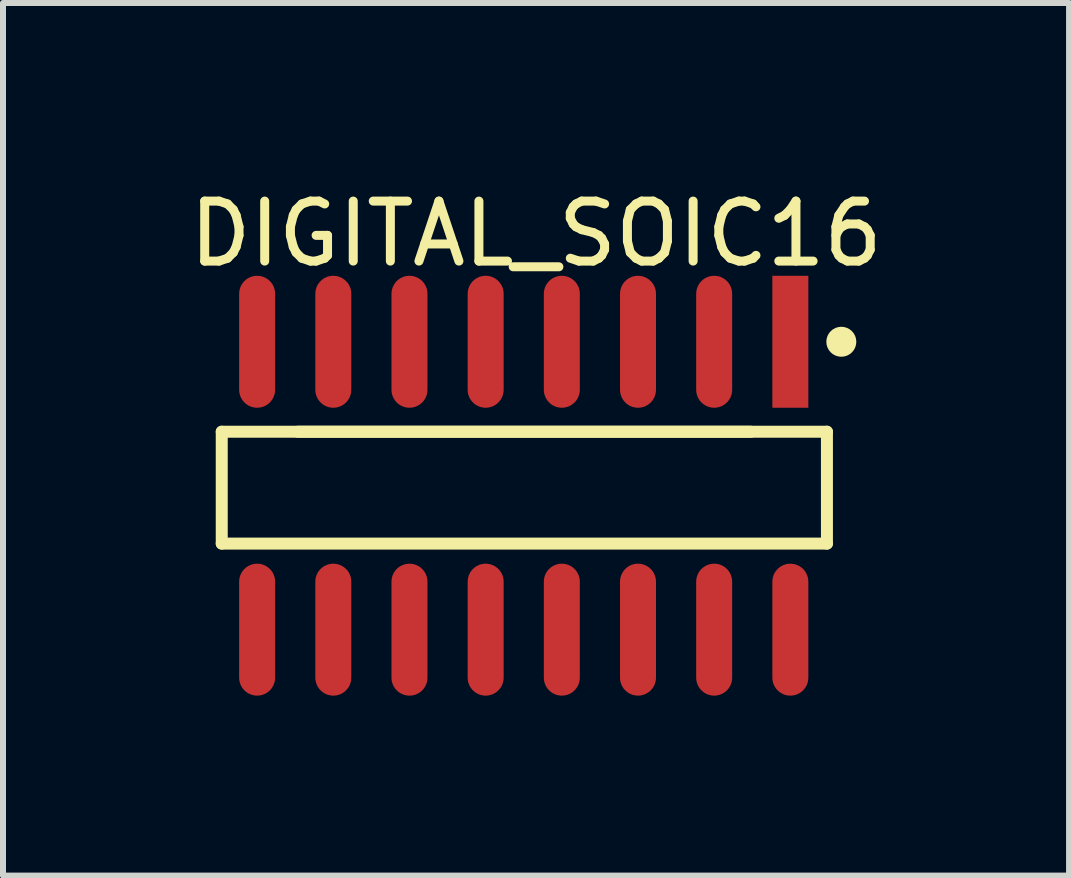
<source format=kicad_pcb>
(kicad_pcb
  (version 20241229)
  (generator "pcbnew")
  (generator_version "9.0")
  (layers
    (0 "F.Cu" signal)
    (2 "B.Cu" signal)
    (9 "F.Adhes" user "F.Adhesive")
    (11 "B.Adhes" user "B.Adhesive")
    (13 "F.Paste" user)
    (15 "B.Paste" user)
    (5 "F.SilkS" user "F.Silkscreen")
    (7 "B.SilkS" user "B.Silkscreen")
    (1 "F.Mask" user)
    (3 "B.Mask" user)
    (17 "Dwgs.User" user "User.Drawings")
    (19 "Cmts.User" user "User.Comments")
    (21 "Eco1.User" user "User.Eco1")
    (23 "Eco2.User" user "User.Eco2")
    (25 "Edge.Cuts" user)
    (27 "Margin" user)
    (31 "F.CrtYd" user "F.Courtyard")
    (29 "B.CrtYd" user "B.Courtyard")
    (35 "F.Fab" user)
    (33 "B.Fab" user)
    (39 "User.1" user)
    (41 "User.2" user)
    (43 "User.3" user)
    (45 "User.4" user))
  (footprint "DIGITAL_SOIC16"
    (layer "F.Cu")
    (at 5.682 5.048)
    (property "Reference" "DIGITAL_SOIC16" (at 0.205 -4.2 0) (layer "F.SilkS") (effects (font (size 1 1) (thickness 0.15))))
    (fp_line (start -5.035 -0.9) (end 3.785 -0.9) (stroke (width 0.2) (type solid)) (layer "F.SilkS"))
    (fp_line (start -5.035 0.965) (end -5.035 -0.9) (stroke (width 0.2) (type solid)) (layer "F.SilkS"))
    (fp_line (start -5.035 0.965) (end 5.055 0.965) (stroke (width 0.2) (type solid)) (layer "F.SilkS"))
    (fp_line (start -3.765 -0.9) (end 5.055 -0.9) (stroke (width 0.2) (type solid)) (layer "F.SilkS"))
    (fp_line (start 5.055 0.965) (end 5.055 -0.9) (stroke (width 0.2) (type solid)) (layer "F.SilkS"))
    (fp_circle (center 5.295 -2.4) (end 5.295 -2.525) (stroke (width 0.25) (type solid)) (fill no) (layer "F.SilkS"))
    (fp_line (start -0.535 0) (end 0.465 0) (stroke (width 0.1) (type solid)) (layer "Eco2.User"))
    (fp_line (start -0.035 0.5) (end -0.035 -0.5) (stroke (width 0.1) (type solid)) (layer "Eco2.User"))
    (pad "1" smd rect (at 4.445 -2.4) (size 0.6 2.2) (layers "F.Cu" "F.Mask" "F.Paste"))
    (pad "2" smd oval (at 3.175 -2.4) (size 0.6 2.2) (layers "F.Cu" "F.Mask" "F.Paste"))
    (pad "3" smd oval (at 1.905 -2.4) (size 0.6 2.2) (layers "F.Cu" "F.Mask" "F.Paste"))
    (pad "4" smd oval (at 0.635 -2.4) (size 0.6 2.2) (layers "F.Cu" "F.Mask" "F.Paste"))
    (pad "5" smd oval (at -0.635 -2.4) (size 0.6 2.2) (layers "F.Cu" "F.Mask" "F.Paste"))
    (pad "6" smd oval (at -1.905 -2.4) (size 0.6 2.2) (layers "F.Cu" "F.Mask" "F.Paste"))
    (pad "7" smd oval (at -3.175 -2.4) (size 0.6 2.2) (layers "F.Cu" "F.Mask" "F.Paste"))
    (pad "8" smd oval (at -4.445 -2.4) (size 0.6 2.2) (layers "F.Cu" "F.Mask" "F.Paste"))
    (pad "9" smd oval (at -4.445 2.4) (size 0.6 2.2) (layers "F.Cu" "F.Mask" "F.Paste"))
    (pad "10" smd oval (at -3.175 2.4) (size 0.6 2.2) (layers "F.Cu" "F.Mask" "F.Paste"))
    (pad "11" smd oval (at -1.905 2.4) (size 0.6 2.2) (layers "F.Cu" "F.Mask" "F.Paste"))
    (pad "12" smd oval (at -0.635 2.4) (size 0.6 2.2) (layers "F.Cu" "F.Mask" "F.Paste"))
    (pad "13" smd oval (at 0.635 2.4) (size 0.6 2.2) (layers "F.Cu" "F.Mask" "F.Paste"))
    (pad "14" smd oval (at 1.905 2.4) (size 0.6 2.2) (layers "F.Cu" "F.Mask" "F.Paste"))
    (pad "15" smd oval (at 3.175 2.4) (size 0.6 2.2) (layers "F.Cu" "F.Mask" "F.Paste"))
    (pad "16" smd oval (at 4.445 2.4) (size 0.6 2.2) (layers "F.Cu" "F.Mask" "F.Paste")))
  (gr_rect
    (start -3 -3)
    (end 14.774 11.548)
    (stroke (width 0.1) (type default))
    (fill no)
    (layer "Edge.Cuts")))
</source>
